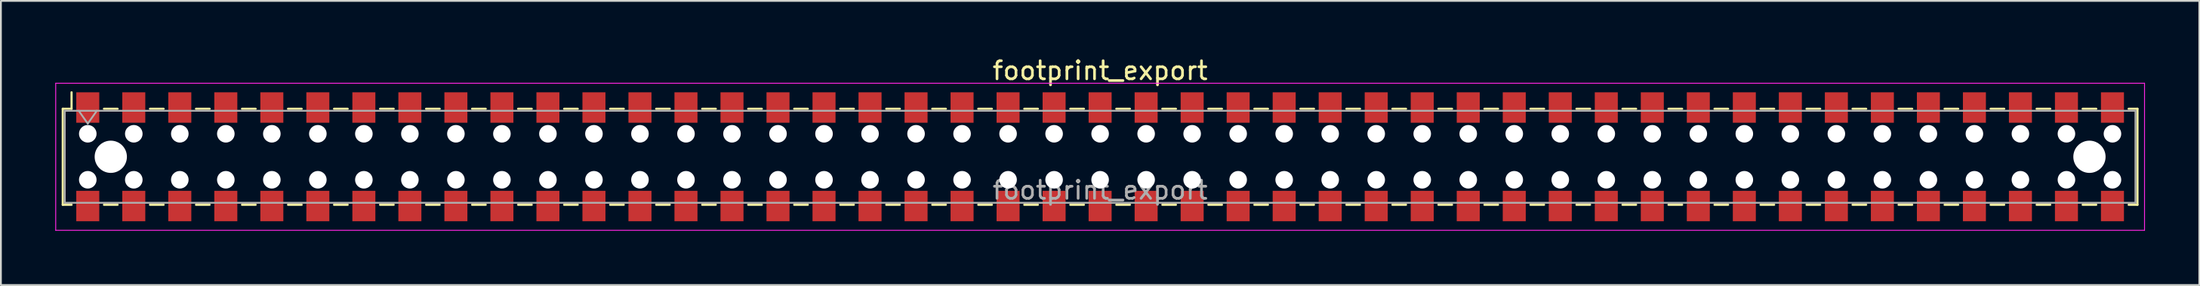
<source format=kicad_pcb>
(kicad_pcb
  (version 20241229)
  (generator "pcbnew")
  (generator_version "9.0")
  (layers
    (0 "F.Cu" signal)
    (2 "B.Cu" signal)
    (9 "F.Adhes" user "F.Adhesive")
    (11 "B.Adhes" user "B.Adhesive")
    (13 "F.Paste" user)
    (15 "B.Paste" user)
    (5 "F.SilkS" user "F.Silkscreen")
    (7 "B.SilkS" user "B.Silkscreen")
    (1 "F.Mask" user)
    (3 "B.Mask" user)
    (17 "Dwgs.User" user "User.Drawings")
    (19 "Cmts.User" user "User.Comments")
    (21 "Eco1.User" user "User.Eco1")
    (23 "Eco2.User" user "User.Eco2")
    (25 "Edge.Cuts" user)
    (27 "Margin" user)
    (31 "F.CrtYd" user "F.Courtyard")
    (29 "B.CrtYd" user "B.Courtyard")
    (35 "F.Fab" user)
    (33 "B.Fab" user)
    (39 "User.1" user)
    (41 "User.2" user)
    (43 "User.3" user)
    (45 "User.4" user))
  (footprint "footprint_export"
    (layer "F.Cu")
    (at 57.675 5.608)
    (property "Reference" "footprint_export" (at 0 -4.76 0) (layer "F.SilkS") (effects (font (size 1 1) (thickness 0.15))))
    (attr smd)
    (fp_line (start -57.26 -2.65) (end -57.26 2.65) (stroke (width 0.12) (type solid)) (layer "F.SilkS"))
    (fp_line (start -57.26 2.65) (end -56.775 2.65) (stroke (width 0.12) (type solid)) (layer "F.SilkS"))
    (fp_line (start -56.775 -3.56) (end -56.775 -2.65) (stroke (width 0.12) (type solid)) (layer "F.SilkS"))
    (fp_line (start -56.775 -2.65) (end -57.26 -2.65) (stroke (width 0.12) (type solid)) (layer "F.SilkS"))
    (fp_line (start -54.985 -2.65) (end -54.235 -2.65) (stroke (width 0.12) (type solid)) (layer "F.SilkS"))
    (fp_line (start -54.985 2.65) (end -54.235 2.65) (stroke (width 0.12) (type solid)) (layer "F.SilkS"))
    (fp_line (start -52.445 -2.65) (end -51.695 -2.65) (stroke (width 0.12) (type solid)) (layer "F.SilkS"))
    (fp_line (start -52.445 2.65) (end -51.695 2.65) (stroke (width 0.12) (type solid)) (layer "F.SilkS"))
    (fp_line (start -49.905 -2.65) (end -49.155 -2.65) (stroke (width 0.12) (type solid)) (layer "F.SilkS"))
    (fp_line (start -49.905 2.65) (end -49.155 2.65) (stroke (width 0.12) (type solid)) (layer "F.SilkS"))
    (fp_line (start -47.365 -2.65) (end -46.615 -2.65) (stroke (width 0.12) (type solid)) (layer "F.SilkS"))
    (fp_line (start -47.365 2.65) (end -46.615 2.65) (stroke (width 0.12) (type solid)) (layer "F.SilkS"))
    (fp_line (start -44.825 -2.65) (end -44.075 -2.65) (stroke (width 0.12) (type solid)) (layer "F.SilkS"))
    (fp_line (start -44.825 2.65) (end -44.075 2.65) (stroke (width 0.12) (type solid)) (layer "F.SilkS"))
    (fp_line (start -42.285 -2.65) (end -41.535 -2.65) (stroke (width 0.12) (type solid)) (layer "F.SilkS"))
    (fp_line (start -42.285 2.65) (end -41.535 2.65) (stroke (width 0.12) (type solid)) (layer "F.SilkS"))
    (fp_line (start -39.745 -2.65) (end -38.995 -2.65) (stroke (width 0.12) (type solid)) (layer "F.SilkS"))
    (fp_line (start -39.745 2.65) (end -38.995 2.65) (stroke (width 0.12) (type solid)) (layer "F.SilkS"))
    (fp_line (start -37.205 -2.65) (end -36.455 -2.65) (stroke (width 0.12) (type solid)) (layer "F.SilkS"))
    (fp_line (start -37.205 2.65) (end -36.455 2.65) (stroke (width 0.12) (type solid)) (layer "F.SilkS"))
    (fp_line (start -34.665 -2.65) (end -33.915 -2.65) (stroke (width 0.12) (type solid)) (layer "F.SilkS"))
    (fp_line (start -34.665 2.65) (end -33.915 2.65) (stroke (width 0.12) (type solid)) (layer "F.SilkS"))
    (fp_line (start -32.125 -2.65) (end -31.375 -2.65) (stroke (width 0.12) (type solid)) (layer "F.SilkS"))
    (fp_line (start -32.125 2.65) (end -31.375 2.65) (stroke (width 0.12) (type solid)) (layer "F.SilkS"))
    (fp_line (start -29.585 -2.65) (end -28.835 -2.65) (stroke (width 0.12) (type solid)) (layer "F.SilkS"))
    (fp_line (start -29.585 2.65) (end -28.835 2.65) (stroke (width 0.12) (type solid)) (layer "F.SilkS"))
    (fp_line (start -27.045 -2.65) (end -26.295 -2.65) (stroke (width 0.12) (type solid)) (layer "F.SilkS"))
    (fp_line (start -27.045 2.65) (end -26.295 2.65) (stroke (width 0.12) (type solid)) (layer "F.SilkS"))
    (fp_line (start -24.505 -2.65) (end -23.755 -2.65) (stroke (width 0.12) (type solid)) (layer "F.SilkS"))
    (fp_line (start -24.505 2.65) (end -23.755 2.65) (stroke (width 0.12) (type solid)) (layer "F.SilkS"))
    (fp_line (start -21.965 -2.65) (end -21.215 -2.65) (stroke (width 0.12) (type solid)) (layer "F.SilkS"))
    (fp_line (start -21.965 2.65) (end -21.215 2.65) (stroke (width 0.12) (type solid)) (layer "F.SilkS"))
    (fp_line (start -19.425 -2.65) (end -18.675 -2.65) (stroke (width 0.12) (type solid)) (layer "F.SilkS"))
    (fp_line (start -19.425 2.65) (end -18.675 2.65) (stroke (width 0.12) (type solid)) (layer "F.SilkS"))
    (fp_line (start -16.885 -2.65) (end -16.135 -2.65) (stroke (width 0.12) (type solid)) (layer "F.SilkS"))
    (fp_line (start -16.885 2.65) (end -16.135 2.65) (stroke (width 0.12) (type solid)) (layer "F.SilkS"))
    (fp_line (start -14.345 -2.65) (end -13.595 -2.65) (stroke (width 0.12) (type solid)) (layer "F.SilkS"))
    (fp_line (start -14.345 2.65) (end -13.595 2.65) (stroke (width 0.12) (type solid)) (layer "F.SilkS"))
    (fp_line (start -11.805 -2.65) (end -11.055 -2.65) (stroke (width 0.12) (type solid)) (layer "F.SilkS"))
    (fp_line (start -11.805 2.65) (end -11.055 2.65) (stroke (width 0.12) (type solid)) (layer "F.SilkS"))
    (fp_line (start -9.265 -2.65) (end -8.515 -2.65) (stroke (width 0.12) (type solid)) (layer "F.SilkS"))
    (fp_line (start -9.265 2.65) (end -8.515 2.65) (stroke (width 0.12) (type solid)) (layer "F.SilkS"))
    (fp_line (start -6.725 -2.65) (end -5.975 -2.65) (stroke (width 0.12) (type solid)) (layer "F.SilkS"))
    (fp_line (start -6.725 2.65) (end -5.975 2.65) (stroke (width 0.12) (type solid)) (layer "F.SilkS"))
    (fp_line (start -4.185 -2.65) (end -3.435 -2.65) (stroke (width 0.12) (type solid)) (layer "F.SilkS"))
    (fp_line (start -4.185 2.65) (end -3.435 2.65) (stroke (width 0.12) (type solid)) (layer "F.SilkS"))
    (fp_line (start -1.645 -2.65) (end -0.895 -2.65) (stroke (width 0.12) (type solid)) (layer "F.SilkS"))
    (fp_line (start -1.645 2.65) (end -0.895 2.65) (stroke (width 0.12) (type solid)) (layer "F.SilkS"))
    (fp_line (start 0.895 -2.65) (end 1.645 -2.65) (stroke (width 0.12) (type solid)) (layer "F.SilkS"))
    (fp_line (start 0.895 2.65) (end 1.645 2.65) (stroke (width 0.12) (type solid)) (layer "F.SilkS"))
    (fp_line (start 3.435 -2.65) (end 4.185 -2.65) (stroke (width 0.12) (type solid)) (layer "F.SilkS"))
    (fp_line (start 3.435 2.65) (end 4.185 2.65) (stroke (width 0.12) (type solid)) (layer "F.SilkS"))
    (fp_line (start 5.975 -2.65) (end 6.725 -2.65) (stroke (width 0.12) (type solid)) (layer "F.SilkS"))
    (fp_line (start 5.975 2.65) (end 6.725 2.65) (stroke (width 0.12) (type solid)) (layer "F.SilkS"))
    (fp_line (start 8.515 -2.65) (end 9.265 -2.65) (stroke (width 0.12) (type solid)) (layer "F.SilkS"))
    (fp_line (start 8.515 2.65) (end 9.265 2.65) (stroke (width 0.12) (type solid)) (layer "F.SilkS"))
    (fp_line (start 11.055 -2.65) (end 11.805 -2.65) (stroke (width 0.12) (type solid)) (layer "F.SilkS"))
    (fp_line (start 11.055 2.65) (end 11.805 2.65) (stroke (width 0.12) (type solid)) (layer "F.SilkS"))
    (fp_line (start 13.595 -2.65) (end 14.345 -2.65) (stroke (width 0.12) (type solid)) (layer "F.SilkS"))
    (fp_line (start 13.595 2.65) (end 14.345 2.65) (stroke (width 0.12) (type solid)) (layer "F.SilkS"))
    (fp_line (start 16.135 -2.65) (end 16.885 -2.65) (stroke (width 0.12) (type solid)) (layer "F.SilkS"))
    (fp_line (start 16.135 2.65) (end 16.885 2.65) (stroke (width 0.12) (type solid)) (layer "F.SilkS"))
    (fp_line (start 18.675 -2.65) (end 19.425 -2.65) (stroke (width 0.12) (type solid)) (layer "F.SilkS"))
    (fp_line (start 18.675 2.65) (end 19.425 2.65) (stroke (width 0.12) (type solid)) (layer "F.SilkS"))
    (fp_line (start 21.215 -2.65) (end 21.965 -2.65) (stroke (width 0.12) (type solid)) (layer "F.SilkS"))
    (fp_line (start 21.215 2.65) (end 21.965 2.65) (stroke (width 0.12) (type solid)) (layer "F.SilkS"))
    (fp_line (start 23.755 -2.65) (end 24.505 -2.65) (stroke (width 0.12) (type solid)) (layer "F.SilkS"))
    (fp_line (start 23.755 2.65) (end 24.505 2.65) (stroke (width 0.12) (type solid)) (layer "F.SilkS"))
    (fp_line (start 26.295 -2.65) (end 27.045 -2.65) (stroke (width 0.12) (type solid)) (layer "F.SilkS"))
    (fp_line (start 26.295 2.65) (end 27.045 2.65) (stroke (width 0.12) (type solid)) (layer "F.SilkS"))
    (fp_line (start 28.835 -2.65) (end 29.585 -2.65) (stroke (width 0.12) (type solid)) (layer "F.SilkS"))
    (fp_line (start 28.835 2.65) (end 29.585 2.65) (stroke (width 0.12) (type solid)) (layer "F.SilkS"))
    (fp_line (start 31.375 -2.65) (end 32.125 -2.65) (stroke (width 0.12) (type solid)) (layer "F.SilkS"))
    (fp_line (start 31.375 2.65) (end 32.125 2.65) (stroke (width 0.12) (type solid)) (layer "F.SilkS"))
    (fp_line (start 33.915 -2.65) (end 34.665 -2.65) (stroke (width 0.12) (type solid)) (layer "F.SilkS"))
    (fp_line (start 33.915 2.65) (end 34.665 2.65) (stroke (width 0.12) (type solid)) (layer "F.SilkS"))
    (fp_line (start 36.455 -2.65) (end 37.205 -2.65) (stroke (width 0.12) (type solid)) (layer "F.SilkS"))
    (fp_line (start 36.455 2.65) (end 37.205 2.65) (stroke (width 0.12) (type solid)) (layer "F.SilkS"))
    (fp_line (start 38.995 -2.65) (end 39.745 -2.65) (stroke (width 0.12) (type solid)) (layer "F.SilkS"))
    (fp_line (start 38.995 2.65) (end 39.745 2.65) (stroke (width 0.12) (type solid)) (layer "F.SilkS"))
    (fp_line (start 41.535 -2.65) (end 42.285 -2.65) (stroke (width 0.12) (type solid)) (layer "F.SilkS"))
    (fp_line (start 41.535 2.65) (end 42.285 2.65) (stroke (width 0.12) (type solid)) (layer "F.SilkS"))
    (fp_line (start 44.075 -2.65) (end 44.825 -2.65) (stroke (width 0.12) (type solid)) (layer "F.SilkS"))
    (fp_line (start 44.075 2.65) (end 44.825 2.65) (stroke (width 0.12) (type solid)) (layer "F.SilkS"))
    (fp_line (start 46.615 -2.65) (end 47.365 -2.65) (stroke (width 0.12) (type solid)) (layer "F.SilkS"))
    (fp_line (start 46.615 2.65) (end 47.365 2.65) (stroke (width 0.12) (type solid)) (layer "F.SilkS"))
    (fp_line (start 49.155 -2.65) (end 49.905 -2.65) (stroke (width 0.12) (type solid)) (layer "F.SilkS"))
    (fp_line (start 49.155 2.65) (end 49.905 2.65) (stroke (width 0.12) (type solid)) (layer "F.SilkS"))
    (fp_line (start 51.695 -2.65) (end 52.445 -2.65) (stroke (width 0.12) (type solid)) (layer "F.SilkS"))
    (fp_line (start 51.695 2.65) (end 52.445 2.65) (stroke (width 0.12) (type solid)) (layer "F.SilkS"))
    (fp_line (start 54.235 -2.65) (end 54.985 -2.65) (stroke (width 0.12) (type solid)) (layer "F.SilkS"))
    (fp_line (start 54.235 2.65) (end 54.985 2.65) (stroke (width 0.12) (type solid)) (layer "F.SilkS"))
    (fp_line (start 56.775 -2.65) (end 57.26 -2.65) (stroke (width 0.12) (type solid)) (layer "F.SilkS"))
    (fp_line (start 57.26 -2.65) (end 57.26 2.65) (stroke (width 0.12) (type solid)) (layer "F.SilkS"))
    (fp_line (start 57.26 2.65) (end 56.775 2.65) (stroke (width 0.12) (type solid)) (layer "F.SilkS"))
    (fp_line (start -57.65 -4.06) (end 57.65 -4.06) (stroke (width 0.05) (type solid)) (layer "F.CrtYd"))
    (fp_line (start -57.65 4.06) (end -57.65 -4.06) (stroke (width 0.05) (type solid)) (layer "F.CrtYd"))
    (fp_line (start 57.65 -4.06) (end 57.65 4.06) (stroke (width 0.05) (type solid)) (layer "F.CrtYd"))
    (fp_line (start 57.65 4.06) (end -57.65 4.06) (stroke (width 0.05) (type solid)) (layer "F.CrtYd"))
    (fp_line (start -57.15 -2.54) (end 57.15 -2.54) (stroke (width 0.1) (type solid)) (layer "F.Fab"))
    (fp_line (start -57.15 2.54) (end -57.15 -2.54) (stroke (width 0.1) (type solid)) (layer "F.Fab"))
    (fp_line (start -56.38 -2.54) (end -55.88 -1.833) (stroke (width 0.1) (type solid)) (layer "F.Fab"))
    (fp_line (start -55.88 -1.833) (end -55.38 -2.54) (stroke (width 0.1) (type solid)) (layer "F.Fab"))
    (fp_line (start 57.15 -2.54) (end 57.15 2.54) (stroke (width 0.1) (type solid)) (layer "F.Fab"))
    (fp_line (start 57.15 2.54) (end -57.15 2.54) (stroke (width 0.1) (type solid)) (layer "F.Fab"))
    (fp_text user "${REFERENCE}" (at 0 1.84 0) (layer "F.Fab") (effects (font (size 1 1) (thickness 0.15))))
    (pad "" np_thru_hole circle (at -55.88 -1.27) (size 0.97 0.97) (drill 0.97) (layers "*.Cu" "*.Mask"))
    (pad "" np_thru_hole circle (at -55.88 1.27) (size 0.97 0.97) (drill 0.97) (layers "*.Cu" "*.Mask"))
    (pad "" np_thru_hole circle (at -54.61 0) (size 1.78 1.78) (drill 1.78) (layers "*.Cu" "*.Mask"))
    (pad "" np_thru_hole circle (at -53.34 -1.27) (size 0.97 0.97) (drill 0.97) (layers "*.Cu" "*.Mask"))
    (pad "" np_thru_hole circle (at -53.34 1.27) (size 0.97 0.97) (drill 0.97) (layers "*.Cu" "*.Mask"))
    (pad "" np_thru_hole circle (at -50.8 -1.27) (size 0.97 0.97) (drill 0.97) (layers "*.Cu" "*.Mask"))
    (pad "" np_thru_hole circle (at -50.8 1.27) (size 0.97 0.97) (drill 0.97) (layers "*.Cu" "*.Mask"))
    (pad "" np_thru_hole circle (at -48.26 -1.27) (size 0.97 0.97) (drill 0.97) (layers "*.Cu" "*.Mask"))
    (pad "" np_thru_hole circle (at -48.26 1.27) (size 0.97 0.97) (drill 0.97) (layers "*.Cu" "*.Mask"))
    (pad "" np_thru_hole circle (at -45.72 -1.27) (size 0.97 0.97) (drill 0.97) (layers "*.Cu" "*.Mask"))
    (pad "" np_thru_hole circle (at -45.72 1.27) (size 0.97 0.97) (drill 0.97) (layers "*.Cu" "*.Mask"))
    (pad "" np_thru_hole circle (at -43.18 -1.27) (size 0.97 0.97) (drill 0.97) (layers "*.Cu" "*.Mask"))
    (pad "" np_thru_hole circle (at -43.18 1.27) (size 0.97 0.97) (drill 0.97) (layers "*.Cu" "*.Mask"))
    (pad "" np_thru_hole circle (at -40.64 -1.27) (size 0.97 0.97) (drill 0.97) (layers "*.Cu" "*.Mask"))
    (pad "" np_thru_hole circle (at -40.64 1.27) (size 0.97 0.97) (drill 0.97) (layers "*.Cu" "*.Mask"))
    (pad "" np_thru_hole circle (at -38.1 -1.27) (size 0.97 0.97) (drill 0.97) (layers "*.Cu" "*.Mask"))
    (pad "" np_thru_hole circle (at -38.1 1.27) (size 0.97 0.97) (drill 0.97) (layers "*.Cu" "*.Mask"))
    (pad "" np_thru_hole circle (at -35.56 -1.27) (size 0.97 0.97) (drill 0.97) (layers "*.Cu" "*.Mask"))
    (pad "" np_thru_hole circle (at -35.56 1.27) (size 0.97 0.97) (drill 0.97) (layers "*.Cu" "*.Mask"))
    (pad "" np_thru_hole circle (at -33.02 -1.27) (size 0.97 0.97) (drill 0.97) (layers "*.Cu" "*.Mask"))
    (pad "" np_thru_hole circle (at -33.02 1.27) (size 0.97 0.97) (drill 0.97) (layers "*.Cu" "*.Mask"))
    (pad "" np_thru_hole circle (at -30.48 -1.27) (size 0.97 0.97) (drill 0.97) (layers "*.Cu" "*.Mask"))
    (pad "" np_thru_hole circle (at -30.48 1.27) (size 0.97 0.97) (drill 0.97) (layers "*.Cu" "*.Mask"))
    (pad "" np_thru_hole circle (at -27.94 -1.27) (size 0.97 0.97) (drill 0.97) (layers "*.Cu" "*.Mask"))
    (pad "" np_thru_hole circle (at -27.94 1.27) (size 0.97 0.97) (drill 0.97) (layers "*.Cu" "*.Mask"))
    (pad "" np_thru_hole circle (at -25.4 -1.27) (size 0.97 0.97) (drill 0.97) (layers "*.Cu" "*.Mask"))
    (pad "" np_thru_hole circle (at -25.4 1.27) (size 0.97 0.97) (drill 0.97) (layers "*.Cu" "*.Mask"))
    (pad "" np_thru_hole circle (at -22.86 -1.27) (size 0.97 0.97) (drill 0.97) (layers "*.Cu" "*.Mask"))
    (pad "" np_thru_hole circle (at -22.86 1.27) (size 0.97 0.97) (drill 0.97) (layers "*.Cu" "*.Mask"))
    (pad "" np_thru_hole circle (at -20.32 -1.27) (size 0.97 0.97) (drill 0.97) (layers "*.Cu" "*.Mask"))
    (pad "" np_thru_hole circle (at -20.32 1.27) (size 0.97 0.97) (drill 0.97) (layers "*.Cu" "*.Mask"))
    (pad "" np_thru_hole circle (at -17.78 -1.27) (size 0.97 0.97) (drill 0.97) (layers "*.Cu" "*.Mask"))
    (pad "" np_thru_hole circle (at -17.78 1.27) (size 0.97 0.97) (drill 0.97) (layers "*.Cu" "*.Mask"))
    (pad "" np_thru_hole circle (at -15.24 -1.27) (size 0.97 0.97) (drill 0.97) (layers "*.Cu" "*.Mask"))
    (pad "" np_thru_hole circle (at -15.24 1.27) (size 0.97 0.97) (drill 0.97) (layers "*.Cu" "*.Mask"))
    (pad "" np_thru_hole circle (at -12.7 -1.27) (size 0.97 0.97) (drill 0.97) (layers "*.Cu" "*.Mask"))
    (pad "" np_thru_hole circle (at -12.7 1.27) (size 0.97 0.97) (drill 0.97) (layers "*.Cu" "*.Mask"))
    (pad "" np_thru_hole circle (at -10.16 -1.27) (size 0.97 0.97) (drill 0.97) (layers "*.Cu" "*.Mask"))
    (pad "" np_thru_hole circle (at -10.16 1.27) (size 0.97 0.97) (drill 0.97) (layers "*.Cu" "*.Mask"))
    (pad "" np_thru_hole circle (at -7.62 -1.27) (size 0.97 0.97) (drill 0.97) (layers "*.Cu" "*.Mask"))
    (pad "" np_thru_hole circle (at -7.62 1.27) (size 0.97 0.97) (drill 0.97) (layers "*.Cu" "*.Mask"))
    (pad "" np_thru_hole circle (at -5.08 -1.27) (size 0.97 0.97) (drill 0.97) (layers "*.Cu" "*.Mask"))
    (pad "" np_thru_hole circle (at -5.08 1.27) (size 0.97 0.97) (drill 0.97) (layers "*.Cu" "*.Mask"))
    (pad "" np_thru_hole circle (at -2.54 -1.27) (size 0.97 0.97) (drill 0.97) (layers "*.Cu" "*.Mask"))
    (pad "" np_thru_hole circle (at -2.54 1.27) (size 0.97 0.97) (drill 0.97) (layers "*.Cu" "*.Mask"))
    (pad "" np_thru_hole circle (at 0 -1.27) (size 0.97 0.97) (drill 0.97) (layers "*.Cu" "*.Mask"))
    (pad "" np_thru_hole circle (at 0 1.27) (size 0.97 0.97) (drill 0.97) (layers "*.Cu" "*.Mask"))
    (pad "" np_thru_hole circle (at 2.54 -1.27) (size 0.97 0.97) (drill 0.97) (layers "*.Cu" "*.Mask"))
    (pad "" np_thru_hole circle (at 2.54 1.27) (size 0.97 0.97) (drill 0.97) (layers "*.Cu" "*.Mask"))
    (pad "" np_thru_hole circle (at 5.08 -1.27) (size 0.97 0.97) (drill 0.97) (layers "*.Cu" "*.Mask"))
    (pad "" np_thru_hole circle (at 5.08 1.27) (size 0.97 0.97) (drill 0.97) (layers "*.Cu" "*.Mask"))
    (pad "" np_thru_hole circle (at 7.62 -1.27) (size 0.97 0.97) (drill 0.97) (layers "*.Cu" "*.Mask"))
    (pad "" np_thru_hole circle (at 7.62 1.27) (size 0.97 0.97) (drill 0.97) (layers "*.Cu" "*.Mask"))
    (pad "" np_thru_hole circle (at 10.16 -1.27) (size 0.97 0.97) (drill 0.97) (layers "*.Cu" "*.Mask"))
    (pad "" np_thru_hole circle (at 10.16 1.27) (size 0.97 0.97) (drill 0.97) (layers "*.Cu" "*.Mask"))
    (pad "" np_thru_hole circle (at 12.7 -1.27) (size 0.97 0.97) (drill 0.97) (layers "*.Cu" "*.Mask"))
    (pad "" np_thru_hole circle (at 12.7 1.27) (size 0.97 0.97) (drill 0.97) (layers "*.Cu" "*.Mask"))
    (pad "" np_thru_hole circle (at 15.24 -1.27) (size 0.97 0.97) (drill 0.97) (layers "*.Cu" "*.Mask"))
    (pad "" np_thru_hole circle (at 15.24 1.27) (size 0.97 0.97) (drill 0.97) (layers "*.Cu" "*.Mask"))
    (pad "" np_thru_hole circle (at 17.78 -1.27) (size 0.97 0.97) (drill 0.97) (layers "*.Cu" "*.Mask"))
    (pad "" np_thru_hole circle (at 17.78 1.27) (size 0.97 0.97) (drill 0.97) (layers "*.Cu" "*.Mask"))
    (pad "" np_thru_hole circle (at 20.32 -1.27) (size 0.97 0.97) (drill 0.97) (layers "*.Cu" "*.Mask"))
    (pad "" np_thru_hole circle (at 20.32 1.27) (size 0.97 0.97) (drill 0.97) (layers "*.Cu" "*.Mask"))
    (pad "" np_thru_hole circle (at 22.86 -1.27) (size 0.97 0.97) (drill 0.97) (layers "*.Cu" "*.Mask"))
    (pad "" np_thru_hole circle (at 22.86 1.27) (size 0.97 0.97) (drill 0.97) (layers "*.Cu" "*.Mask"))
    (pad "" np_thru_hole circle (at 25.4 -1.27) (size 0.97 0.97) (drill 0.97) (layers "*.Cu" "*.Mask"))
    (pad "" np_thru_hole circle (at 25.4 1.27) (size 0.97 0.97) (drill 0.97) (layers "*.Cu" "*.Mask"))
    (pad "" np_thru_hole circle (at 27.94 -1.27) (size 0.97 0.97) (drill 0.97) (layers "*.Cu" "*.Mask"))
    (pad "" np_thru_hole circle (at 27.94 1.27) (size 0.97 0.97) (drill 0.97) (layers "*.Cu" "*.Mask"))
    (pad "" np_thru_hole circle (at 30.48 -1.27) (size 0.97 0.97) (drill 0.97) (layers "*.Cu" "*.Mask"))
    (pad "" np_thru_hole circle (at 30.48 1.27) (size 0.97 0.97) (drill 0.97) (layers "*.Cu" "*.Mask"))
    (pad "" np_thru_hole circle (at 33.02 -1.27) (size 0.97 0.97) (drill 0.97) (layers "*.Cu" "*.Mask"))
    (pad "" np_thru_hole circle (at 33.02 1.27) (size 0.97 0.97) (drill 0.97) (layers "*.Cu" "*.Mask"))
    (pad "" np_thru_hole circle (at 35.56 -1.27) (size 0.97 0.97) (drill 0.97) (layers "*.Cu" "*.Mask"))
    (pad "" np_thru_hole circle (at 35.56 1.27) (size 0.97 0.97) (drill 0.97) (layers "*.Cu" "*.Mask"))
    (pad "" np_thru_hole circle (at 38.1 -1.27) (size 0.97 0.97) (drill 0.97) (layers "*.Cu" "*.Mask"))
    (pad "" np_thru_hole circle (at 38.1 1.27) (size 0.97 0.97) (drill 0.97) (layers "*.Cu" "*.Mask"))
    (pad "" np_thru_hole circle (at 40.64 -1.27) (size 0.97 0.97) (drill 0.97) (layers "*.Cu" "*.Mask"))
    (pad "" np_thru_hole circle (at 40.64 1.27) (size 0.97 0.97) (drill 0.97) (layers "*.Cu" "*.Mask"))
    (pad "" np_thru_hole circle (at 43.18 -1.27) (size 0.97 0.97) (drill 0.97) (layers "*.Cu" "*.Mask"))
    (pad "" np_thru_hole circle (at 43.18 1.27) (size 0.97 0.97) (drill 0.97) (layers "*.Cu" "*.Mask"))
    (pad "" np_thru_hole circle (at 45.72 -1.27) (size 0.97 0.97) (drill 0.97) (layers "*.Cu" "*.Mask"))
    (pad "" np_thru_hole circle (at 45.72 1.27) (size 0.97 0.97) (drill 0.97) (layers "*.Cu" "*.Mask"))
    (pad "" np_thru_hole circle (at 48.26 -1.27) (size 0.97 0.97) (drill 0.97) (layers "*.Cu" "*.Mask"))
    (pad "" np_thru_hole circle (at 48.26 1.27) (size 0.97 0.97) (drill 0.97) (layers "*.Cu" "*.Mask"))
    (pad "" np_thru_hole circle (at 50.8 -1.27) (size 0.97 0.97) (drill 0.97) (layers "*.Cu" "*.Mask"))
    (pad "" np_thru_hole circle (at 50.8 1.27) (size 0.97 0.97) (drill 0.97) (layers "*.Cu" "*.Mask"))
    (pad "" np_thru_hole circle (at 53.34 -1.27) (size 0.97 0.97) (drill 0.97) (layers "*.Cu" "*.Mask"))
    (pad "" np_thru_hole circle (at 53.34 1.27) (size 0.97 0.97) (drill 0.97) (layers "*.Cu" "*.Mask"))
    (pad "" np_thru_hole circle (at 54.61 0) (size 1.78 1.78) (drill 1.78) (layers "*.Cu" "*.Mask"))
    (pad "" np_thru_hole circle (at 55.88 -1.27) (size 0.97 0.97) (drill 0.97) (layers "*.Cu" "*.Mask"))
    (pad "" np_thru_hole circle (at 55.88 1.27) (size 0.97 0.97) (drill 0.97) (layers "*.Cu" "*.Mask"))
    (pad "1" smd rect (at -55.88 -2.72) (size 1.27 1.68) (layers "F.Cu" "F.Mask" "F.Paste"))
    (pad "2" smd rect (at -55.88 2.72) (size 1.27 1.68) (layers "F.Cu" "F.Mask" "F.Paste"))
    (pad "3" smd rect (at -53.34 -2.72) (size 1.27 1.68) (layers "F.Cu" "F.Mask" "F.Paste"))
    (pad "4" smd rect (at -53.34 2.72) (size 1.27 1.68) (layers "F.Cu" "F.Mask" "F.Paste"))
    (pad "5" smd rect (at -50.8 -2.72) (size 1.27 1.68) (layers "F.Cu" "F.Mask" "F.Paste"))
    (pad "6" smd rect (at -50.8 2.72) (size 1.27 1.68) (layers "F.Cu" "F.Mask" "F.Paste"))
    (pad "7" smd rect (at -48.26 -2.72) (size 1.27 1.68) (layers "F.Cu" "F.Mask" "F.Paste"))
    (pad "8" smd rect (at -48.26 2.72) (size 1.27 1.68) (layers "F.Cu" "F.Mask" "F.Paste"))
    (pad "9" smd rect (at -45.72 -2.72) (size 1.27 1.68) (layers "F.Cu" "F.Mask" "F.Paste"))
    (pad "10" smd rect (at -45.72 2.72) (size 1.27 1.68) (layers "F.Cu" "F.Mask" "F.Paste"))
    (pad "11" smd rect (at -43.18 -2.72) (size 1.27 1.68) (layers "F.Cu" "F.Mask" "F.Paste"))
    (pad "12" smd rect (at -43.18 2.72) (size 1.27 1.68) (layers "F.Cu" "F.Mask" "F.Paste"))
    (pad "13" smd rect (at -40.64 -2.72) (size 1.27 1.68) (layers "F.Cu" "F.Mask" "F.Paste"))
    (pad "14" smd rect (at -40.64 2.72) (size 1.27 1.68) (layers "F.Cu" "F.Mask" "F.Paste"))
    (pad "15" smd rect (at -38.1 -2.72) (size 1.27 1.68) (layers "F.Cu" "F.Mask" "F.Paste"))
    (pad "16" smd rect (at -38.1 2.72) (size 1.27 1.68) (layers "F.Cu" "F.Mask" "F.Paste"))
    (pad "17" smd rect (at -35.56 -2.72) (size 1.27 1.68) (layers "F.Cu" "F.Mask" "F.Paste"))
    (pad "18" smd rect (at -35.56 2.72) (size 1.27 1.68) (layers "F.Cu" "F.Mask" "F.Paste"))
    (pad "19" smd rect (at -33.02 -2.72) (size 1.27 1.68) (layers "F.Cu" "F.Mask" "F.Paste"))
    (pad "20" smd rect (at -33.02 2.72) (size 1.27 1.68) (layers "F.Cu" "F.Mask" "F.Paste"))
    (pad "21" smd rect (at -30.48 -2.72) (size 1.27 1.68) (layers "F.Cu" "F.Mask" "F.Paste"))
    (pad "22" smd rect (at -30.48 2.72) (size 1.27 1.68) (layers "F.Cu" "F.Mask" "F.Paste"))
    (pad "23" smd rect (at -27.94 -2.72) (size 1.27 1.68) (layers "F.Cu" "F.Mask" "F.Paste"))
    (pad "24" smd rect (at -27.94 2.72) (size 1.27 1.68) (layers "F.Cu" "F.Mask" "F.Paste"))
    (pad "25" smd rect (at -25.4 -2.72) (size 1.27 1.68) (layers "F.Cu" "F.Mask" "F.Paste"))
    (pad "26" smd rect (at -25.4 2.72) (size 1.27 1.68) (layers "F.Cu" "F.Mask" "F.Paste"))
    (pad "27" smd rect (at -22.86 -2.72) (size 1.27 1.68) (layers "F.Cu" "F.Mask" "F.Paste"))
    (pad "28" smd rect (at -22.86 2.72) (size 1.27 1.68) (layers "F.Cu" "F.Mask" "F.Paste"))
    (pad "29" smd rect (at -20.32 -2.72) (size 1.27 1.68) (layers "F.Cu" "F.Mask" "F.Paste"))
    (pad "30" smd rect (at -20.32 2.72) (size 1.27 1.68) (layers "F.Cu" "F.Mask" "F.Paste"))
    (pad "31" smd rect (at -17.78 -2.72) (size 1.27 1.68) (layers "F.Cu" "F.Mask" "F.Paste"))
    (pad "32" smd rect (at -17.78 2.72) (size 1.27 1.68) (layers "F.Cu" "F.Mask" "F.Paste"))
    (pad "33" smd rect (at -15.24 -2.72) (size 1.27 1.68) (layers "F.Cu" "F.Mask" "F.Paste"))
    (pad "34" smd rect (at -15.24 2.72) (size 1.27 1.68) (layers "F.Cu" "F.Mask" "F.Paste"))
    (pad "35" smd rect (at -12.7 -2.72) (size 1.27 1.68) (layers "F.Cu" "F.Mask" "F.Paste"))
    (pad "36" smd rect (at -12.7 2.72) (size 1.27 1.68) (layers "F.Cu" "F.Mask" "F.Paste"))
    (pad "37" smd rect (at -10.16 -2.72) (size 1.27 1.68) (layers "F.Cu" "F.Mask" "F.Paste"))
    (pad "38" smd rect (at -10.16 2.72) (size 1.27 1.68) (layers "F.Cu" "F.Mask" "F.Paste"))
    (pad "39" smd rect (at -7.62 -2.72) (size 1.27 1.68) (layers "F.Cu" "F.Mask" "F.Paste"))
    (pad "40" smd rect (at -7.62 2.72) (size 1.27 1.68) (layers "F.Cu" "F.Mask" "F.Paste"))
    (pad "41" smd rect (at -5.08 -2.72) (size 1.27 1.68) (layers "F.Cu" "F.Mask" "F.Paste"))
    (pad "42" smd rect (at -5.08 2.72) (size 1.27 1.68) (layers "F.Cu" "F.Mask" "F.Paste"))
    (pad "43" smd rect (at -2.54 -2.72) (size 1.27 1.68) (layers "F.Cu" "F.Mask" "F.Paste"))
    (pad "44" smd rect (at -2.54 2.72) (size 1.27 1.68) (layers "F.Cu" "F.Mask" "F.Paste"))
    (pad "45" smd rect (at 0 -2.72) (size 1.27 1.68) (layers "F.Cu" "F.Mask" "F.Paste"))
    (pad "46" smd rect (at 0 2.72) (size 1.27 1.68) (layers "F.Cu" "F.Mask" "F.Paste"))
    (pad "47" smd rect (at 2.54 -2.72) (size 1.27 1.68) (layers "F.Cu" "F.Mask" "F.Paste"))
    (pad "48" smd rect (at 2.54 2.72) (size 1.27 1.68) (layers "F.Cu" "F.Mask" "F.Paste"))
    (pad "49" smd rect (at 5.08 -2.72) (size 1.27 1.68) (layers "F.Cu" "F.Mask" "F.Paste"))
    (pad "50" smd rect (at 5.08 2.72) (size 1.27 1.68) (layers "F.Cu" "F.Mask" "F.Paste"))
    (pad "51" smd rect (at 7.62 -2.72) (size 1.27 1.68) (layers "F.Cu" "F.Mask" "F.Paste"))
    (pad "52" smd rect (at 7.62 2.72) (size 1.27 1.68) (layers "F.Cu" "F.Mask" "F.Paste"))
    (pad "53" smd rect (at 10.16 -2.72) (size 1.27 1.68) (layers "F.Cu" "F.Mask" "F.Paste"))
    (pad "54" smd rect (at 10.16 2.72) (size 1.27 1.68) (layers "F.Cu" "F.Mask" "F.Paste"))
    (pad "55" smd rect (at 12.7 -2.72) (size 1.27 1.68) (layers "F.Cu" "F.Mask" "F.Paste"))
    (pad "56" smd rect (at 12.7 2.72) (size 1.27 1.68) (layers "F.Cu" "F.Mask" "F.Paste"))
    (pad "57" smd rect (at 15.24 -2.72) (size 1.27 1.68) (layers "F.Cu" "F.Mask" "F.Paste"))
    (pad "58" smd rect (at 15.24 2.72) (size 1.27 1.68) (layers "F.Cu" "F.Mask" "F.Paste"))
    (pad "59" smd rect (at 17.78 -2.72) (size 1.27 1.68) (layers "F.Cu" "F.Mask" "F.Paste"))
    (pad "60" smd rect (at 17.78 2.72) (size 1.27 1.68) (layers "F.Cu" "F.Mask" "F.Paste"))
    (pad "61" smd rect (at 20.32 -2.72) (size 1.27 1.68) (layers "F.Cu" "F.Mask" "F.Paste"))
    (pad "62" smd rect (at 20.32 2.72) (size 1.27 1.68) (layers "F.Cu" "F.Mask" "F.Paste"))
    (pad "63" smd rect (at 22.86 -2.72) (size 1.27 1.68) (layers "F.Cu" "F.Mask" "F.Paste"))
    (pad "64" smd rect (at 22.86 2.72) (size 1.27 1.68) (layers "F.Cu" "F.Mask" "F.Paste"))
    (pad "65" smd rect (at 25.4 -2.72) (size 1.27 1.68) (layers "F.Cu" "F.Mask" "F.Paste"))
    (pad "66" smd rect (at 25.4 2.72) (size 1.27 1.68) (layers "F.Cu" "F.Mask" "F.Paste"))
    (pad "67" smd rect (at 27.94 -2.72) (size 1.27 1.68) (layers "F.Cu" "F.Mask" "F.Paste"))
    (pad "68" smd rect (at 27.94 2.72) (size 1.27 1.68) (layers "F.Cu" "F.Mask" "F.Paste"))
    (pad "69" smd rect (at 30.48 -2.72) (size 1.27 1.68) (layers "F.Cu" "F.Mask" "F.Paste"))
    (pad "70" smd rect (at 30.48 2.72) (size 1.27 1.68) (layers "F.Cu" "F.Mask" "F.Paste"))
    (pad "71" smd rect (at 33.02 -2.72) (size 1.27 1.68) (layers "F.Cu" "F.Mask" "F.Paste"))
    (pad "72" smd rect (at 33.02 2.72) (size 1.27 1.68) (layers "F.Cu" "F.Mask" "F.Paste"))
    (pad "73" smd rect (at 35.56 -2.72) (size 1.27 1.68) (layers "F.Cu" "F.Mask" "F.Paste"))
    (pad "74" smd rect (at 35.56 2.72) (size 1.27 1.68) (layers "F.Cu" "F.Mask" "F.Paste"))
    (pad "75" smd rect (at 38.1 -2.72) (size 1.27 1.68) (layers "F.Cu" "F.Mask" "F.Paste"))
    (pad "76" smd rect (at 38.1 2.72) (size 1.27 1.68) (layers "F.Cu" "F.Mask" "F.Paste"))
    (pad "77" smd rect (at 40.64 -2.72) (size 1.27 1.68) (layers "F.Cu" "F.Mask" "F.Paste"))
    (pad "78" smd rect (at 40.64 2.72) (size 1.27 1.68) (layers "F.Cu" "F.Mask" "F.Paste"))
    (pad "79" smd rect (at 43.18 -2.72) (size 1.27 1.68) (layers "F.Cu" "F.Mask" "F.Paste"))
    (pad "80" smd rect (at 43.18 2.72) (size 1.27 1.68) (layers "F.Cu" "F.Mask" "F.Paste"))
    (pad "81" smd rect (at 45.72 -2.72) (size 1.27 1.68) (layers "F.Cu" "F.Mask" "F.Paste"))
    (pad "82" smd rect (at 45.72 2.72) (size 1.27 1.68) (layers "F.Cu" "F.Mask" "F.Paste"))
    (pad "83" smd rect (at 48.26 -2.72) (size 1.27 1.68) (layers "F.Cu" "F.Mask" "F.Paste"))
    (pad "84" smd rect (at 48.26 2.72) (size 1.27 1.68) (layers "F.Cu" "F.Mask" "F.Paste"))
    (pad "85" smd rect (at 50.8 -2.72) (size 1.27 1.68) (layers "F.Cu" "F.Mask" "F.Paste"))
    (pad "86" smd rect (at 50.8 2.72) (size 1.27 1.68) (layers "F.Cu" "F.Mask" "F.Paste"))
    (pad "87" smd rect (at 53.34 -2.72) (size 1.27 1.68) (layers "F.Cu" "F.Mask" "F.Paste"))
    (pad "88" smd rect (at 53.34 2.72) (size 1.27 1.68) (layers "F.Cu" "F.Mask" "F.Paste"))
    (pad "89" smd rect (at 55.88 -2.72) (size 1.27 1.68) (layers "F.Cu" "F.Mask" "F.Paste"))
    (pad "90" smd rect (at 55.88 2.72) (size 1.27 1.68) (layers "F.Cu" "F.Mask" "F.Paste")))
  (gr_rect
    (start -3 -3)
    (end 118.35 12.693)
    (stroke (width 0.1) (type default))
    (fill no)
    (layer "Edge.Cuts")))
</source>
